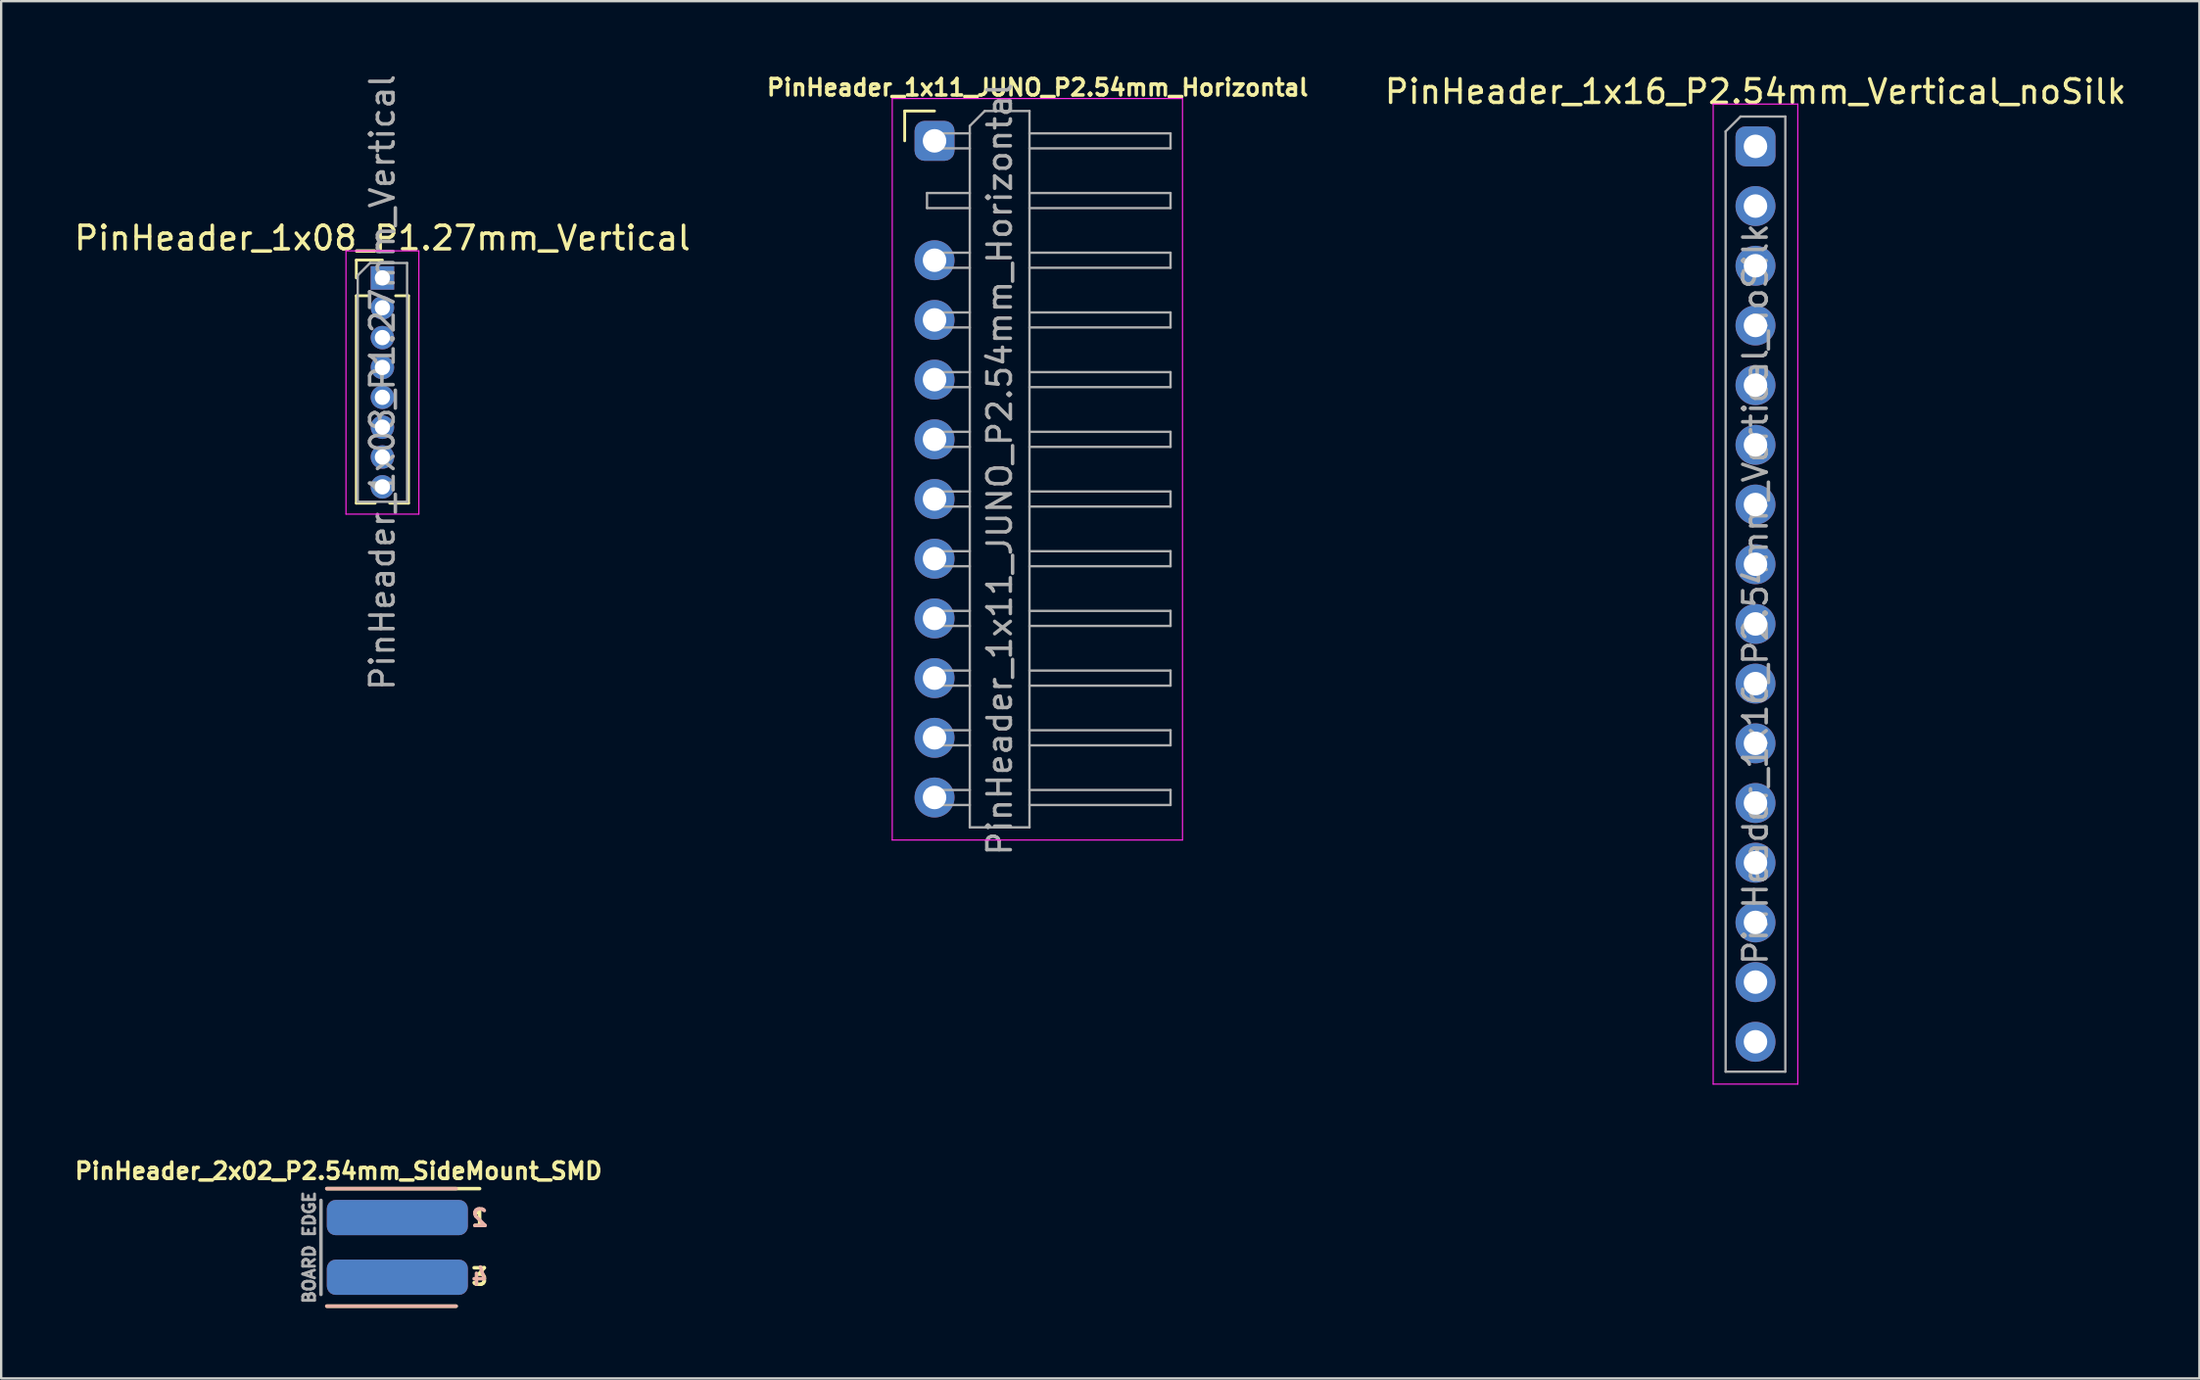
<source format=kicad_pcb>
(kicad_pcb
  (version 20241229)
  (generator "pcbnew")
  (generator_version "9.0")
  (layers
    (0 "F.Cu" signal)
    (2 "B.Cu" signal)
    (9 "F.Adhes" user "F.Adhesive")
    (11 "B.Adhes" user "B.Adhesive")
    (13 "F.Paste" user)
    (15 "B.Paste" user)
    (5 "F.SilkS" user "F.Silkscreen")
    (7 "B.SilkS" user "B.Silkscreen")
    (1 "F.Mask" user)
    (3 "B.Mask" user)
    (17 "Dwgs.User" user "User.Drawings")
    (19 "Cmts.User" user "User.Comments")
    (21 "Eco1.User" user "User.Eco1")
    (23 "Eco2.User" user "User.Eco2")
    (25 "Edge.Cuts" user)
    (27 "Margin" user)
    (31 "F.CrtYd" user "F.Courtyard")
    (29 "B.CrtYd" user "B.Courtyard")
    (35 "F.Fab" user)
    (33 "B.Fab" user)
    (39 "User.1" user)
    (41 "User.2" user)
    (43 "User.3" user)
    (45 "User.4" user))
  (footprint "PinHeader_1x11_JUNO_P2.54mm_Horizontal"
    (layer "F.Cu")
    (at 36.71 2.943)
    (property "Reference" "PinHeader_1x11_JUNO_P2.54mm_Horizontal" (at 4.385 -2.27 0) (layer "F.SilkS") (effects (font (size 0.7 0.7) (thickness 0.15))))
    (attr through_hole)
    (fp_line (start -1.27 -1.27) (end 0 -1.27) (stroke (width 0.12) (type solid)) (layer "F.SilkS"))
    (fp_line (start -1.27 0) (end -1.27 -1.27) (stroke (width 0.12) (type solid)) (layer "F.SilkS"))
    (fp_line (start -1.8 -1.8) (end -1.8 29.75) (stroke (width 0.05) (type solid)) (layer "F.CrtYd"))
    (fp_line (start -1.8 29.75) (end 10.55 29.75) (stroke (width 0.05) (type solid)) (layer "F.CrtYd"))
    (fp_line (start 10.55 -1.8) (end -1.8 -1.8) (stroke (width 0.05) (type solid)) (layer "F.CrtYd"))
    (fp_line (start 10.55 29.75) (end 10.55 -1.8) (stroke (width 0.05) (type solid)) (layer "F.CrtYd"))
    (fp_line (start -0.32 -0.32) (end -0.32 0.32) (stroke (width 0.1) (type solid)) (layer "F.Fab"))
    (fp_line (start -0.32 -0.32) (end 1.5 -0.32) (stroke (width 0.1) (type solid)) (layer "F.Fab"))
    (fp_line (start -0.32 0.32) (end 1.5 0.32) (stroke (width 0.1) (type solid)) (layer "F.Fab"))
    (fp_line (start -0.32 2.22) (end -0.32 2.86) (stroke (width 0.1) (type solid)) (layer "F.Fab"))
    (fp_line (start -0.32 2.22) (end 1.5 2.22) (stroke (width 0.1) (type solid)) (layer "F.Fab"))
    (fp_line (start -0.32 2.86) (end 1.5 2.86) (stroke (width 0.1) (type solid)) (layer "F.Fab"))
    (fp_line (start -0.32 4.76) (end -0.32 5.4) (stroke (width 0.1) (type solid)) (layer "F.Fab"))
    (fp_line (start -0.32 4.76) (end 1.5 4.76) (stroke (width 0.1) (type solid)) (layer "F.Fab"))
    (fp_line (start -0.32 5.4) (end 1.5 5.4) (stroke (width 0.1) (type solid)) (layer "F.Fab"))
    (fp_line (start -0.32 7.3) (end -0.32 7.94) (stroke (width 0.1) (type solid)) (layer "F.Fab"))
    (fp_line (start -0.32 7.3) (end 1.5 7.3) (stroke (width 0.1) (type solid)) (layer "F.Fab"))
    (fp_line (start -0.32 7.94) (end 1.5 7.94) (stroke (width 0.1) (type solid)) (layer "F.Fab"))
    (fp_line (start -0.32 9.84) (end -0.32 10.48) (stroke (width 0.1) (type solid)) (layer "F.Fab"))
    (fp_line (start -0.32 9.84) (end 1.5 9.84) (stroke (width 0.1) (type solid)) (layer "F.Fab"))
    (fp_line (start -0.32 10.48) (end 1.5 10.48) (stroke (width 0.1) (type solid)) (layer "F.Fab"))
    (fp_line (start -0.32 12.38) (end -0.32 13.02) (stroke (width 0.1) (type solid)) (layer "F.Fab"))
    (fp_line (start -0.32 12.38) (end 1.5 12.38) (stroke (width 0.1) (type solid)) (layer "F.Fab"))
    (fp_line (start -0.32 13.02) (end 1.5 13.02) (stroke (width 0.1) (type solid)) (layer "F.Fab"))
    (fp_line (start -0.32 14.92) (end -0.32 15.56) (stroke (width 0.1) (type solid)) (layer "F.Fab"))
    (fp_line (start -0.32 14.92) (end 1.5 14.92) (stroke (width 0.1) (type solid)) (layer "F.Fab"))
    (fp_line (start -0.32 15.56) (end 1.5 15.56) (stroke (width 0.1) (type solid)) (layer "F.Fab"))
    (fp_line (start -0.32 17.46) (end -0.32 18.1) (stroke (width 0.1) (type solid)) (layer "F.Fab"))
    (fp_line (start -0.32 17.46) (end 1.5 17.46) (stroke (width 0.1) (type solid)) (layer "F.Fab"))
    (fp_line (start -0.32 18.1) (end 1.5 18.1) (stroke (width 0.1) (type solid)) (layer "F.Fab"))
    (fp_line (start -0.32 20) (end -0.32 20.64) (stroke (width 0.1) (type solid)) (layer "F.Fab"))
    (fp_line (start -0.32 20) (end 1.5 20) (stroke (width 0.1) (type solid)) (layer "F.Fab"))
    (fp_line (start -0.32 20.64) (end 1.5 20.64) (stroke (width 0.1) (type solid)) (layer "F.Fab"))
    (fp_line (start -0.32 22.54) (end -0.32 23.18) (stroke (width 0.1) (type solid)) (layer "F.Fab"))
    (fp_line (start -0.32 22.54) (end 1.5 22.54) (stroke (width 0.1) (type solid)) (layer "F.Fab"))
    (fp_line (start -0.32 23.18) (end 1.5 23.18) (stroke (width 0.1) (type solid)) (layer "F.Fab"))
    (fp_line (start -0.32 25.08) (end -0.32 25.72) (stroke (width 0.1) (type solid)) (layer "F.Fab"))
    (fp_line (start -0.32 25.08) (end 1.5 25.08) (stroke (width 0.1) (type solid)) (layer "F.Fab"))
    (fp_line (start -0.32 25.72) (end 1.5 25.72) (stroke (width 0.1) (type solid)) (layer "F.Fab"))
    (fp_line (start -0.32 27.62) (end -0.32 28.26) (stroke (width 0.1) (type solid)) (layer "F.Fab"))
    (fp_line (start -0.32 27.62) (end 1.5 27.62) (stroke (width 0.1) (type solid)) (layer "F.Fab"))
    (fp_line (start -0.32 28.26) (end 1.5 28.26) (stroke (width 0.1) (type solid)) (layer "F.Fab"))
    (fp_line (start 1.5 -0.635) (end 2.135 -1.27) (stroke (width 0.1) (type solid)) (layer "F.Fab"))
    (fp_line (start 1.5 29.21) (end 1.5 -0.635) (stroke (width 0.1) (type solid)) (layer "F.Fab"))
    (fp_line (start 2.135 -1.27) (end 4.04 -1.27) (stroke (width 0.1) (type solid)) (layer "F.Fab"))
    (fp_line (start 4.04 -1.27) (end 4.04 29.21) (stroke (width 0.1) (type solid)) (layer "F.Fab"))
    (fp_line (start 4.04 -0.32) (end 10.04 -0.32) (stroke (width 0.1) (type solid)) (layer "F.Fab"))
    (fp_line (start 4.04 0.32) (end 10.04 0.32) (stroke (width 0.1) (type solid)) (layer "F.Fab"))
    (fp_line (start 4.04 2.22) (end 10.04 2.22) (stroke (width 0.1) (type solid)) (layer "F.Fab"))
    (fp_line (start 4.04 2.86) (end 10.04 2.86) (stroke (width 0.1) (type solid)) (layer "F.Fab"))
    (fp_line (start 4.04 4.76) (end 10.04 4.76) (stroke (width 0.1) (type solid)) (layer "F.Fab"))
    (fp_line (start 4.04 5.4) (end 10.04 5.4) (stroke (width 0.1) (type solid)) (layer "F.Fab"))
    (fp_line (start 4.04 7.3) (end 10.04 7.3) (stroke (width 0.1) (type solid)) (layer "F.Fab"))
    (fp_line (start 4.04 7.94) (end 10.04 7.94) (stroke (width 0.1) (type solid)) (layer "F.Fab"))
    (fp_line (start 4.04 9.84) (end 10.04 9.84) (stroke (width 0.1) (type solid)) (layer "F.Fab"))
    (fp_line (start 4.04 10.48) (end 10.04 10.48) (stroke (width 0.1) (type solid)) (layer "F.Fab"))
    (fp_line (start 4.04 12.38) (end 10.04 12.38) (stroke (width 0.1) (type solid)) (layer "F.Fab"))
    (fp_line (start 4.04 13.02) (end 10.04 13.02) (stroke (width 0.1) (type solid)) (layer "F.Fab"))
    (fp_line (start 4.04 14.92) (end 10.04 14.92) (stroke (width 0.1) (type solid)) (layer "F.Fab"))
    (fp_line (start 4.04 15.56) (end 10.04 15.56) (stroke (width 0.1) (type solid)) (layer "F.Fab"))
    (fp_line (start 4.04 17.46) (end 10.04 17.46) (stroke (width 0.1) (type solid)) (layer "F.Fab"))
    (fp_line (start 4.04 18.1) (end 10.04 18.1) (stroke (width 0.1) (type solid)) (layer "F.Fab"))
    (fp_line (start 4.04 20) (end 10.04 20) (stroke (width 0.1) (type solid)) (layer "F.Fab"))
    (fp_line (start 4.04 20.64) (end 10.04 20.64) (stroke (width 0.1) (type solid)) (layer "F.Fab"))
    (fp_line (start 4.04 22.54) (end 10.04 22.54) (stroke (width 0.1) (type solid)) (layer "F.Fab"))
    (fp_line (start 4.04 23.18) (end 10.04 23.18) (stroke (width 0.1) (type solid)) (layer "F.Fab"))
    (fp_line (start 4.04 25.08) (end 10.04 25.08) (stroke (width 0.1) (type solid)) (layer "F.Fab"))
    (fp_line (start 4.04 25.72) (end 10.04 25.72) (stroke (width 0.1) (type solid)) (layer "F.Fab"))
    (fp_line (start 4.04 27.62) (end 10.04 27.62) (stroke (width 0.1) (type solid)) (layer "F.Fab"))
    (fp_line (start 4.04 28.26) (end 10.04 28.26) (stroke (width 0.1) (type solid)) (layer "F.Fab"))
    (fp_line (start 4.04 29.21) (end 1.5 29.21) (stroke (width 0.1) (type solid)) (layer "F.Fab"))
    (fp_line (start 10.04 -0.32) (end 10.04 0.32) (stroke (width 0.1) (type solid)) (layer "F.Fab"))
    (fp_line (start 10.04 2.22) (end 10.04 2.86) (stroke (width 0.1) (type solid)) (layer "F.Fab"))
    (fp_line (start 10.04 4.76) (end 10.04 5.4) (stroke (width 0.1) (type solid)) (layer "F.Fab"))
    (fp_line (start 10.04 7.3) (end 10.04 7.94) (stroke (width 0.1) (type solid)) (layer "F.Fab"))
    (fp_line (start 10.04 9.84) (end 10.04 10.48) (stroke (width 0.1) (type solid)) (layer "F.Fab"))
    (fp_line (start 10.04 12.38) (end 10.04 13.02) (stroke (width 0.1) (type solid)) (layer "F.Fab"))
    (fp_line (start 10.04 14.92) (end 10.04 15.56) (stroke (width 0.1) (type solid)) (layer "F.Fab"))
    (fp_line (start 10.04 17.46) (end 10.04 18.1) (stroke (width 0.1) (type solid)) (layer "F.Fab"))
    (fp_line (start 10.04 20) (end 10.04 20.64) (stroke (width 0.1) (type solid)) (layer "F.Fab"))
    (fp_line (start 10.04 22.54) (end 10.04 23.18) (stroke (width 0.1) (type solid)) (layer "F.Fab"))
    (fp_line (start 10.04 25.08) (end 10.04 25.72) (stroke (width 0.1) (type solid)) (layer "F.Fab"))
    (fp_line (start 10.04 27.62) (end 10.04 28.26) (stroke (width 0.1) (type solid)) (layer "F.Fab"))
    (fp_text user "${REFERENCE}" (at 2.77 13.97 90) (layer "F.Fab") (effects (font (size 1 1) (thickness 0.15))))
    (pad "1" thru_hole roundrect (at 0 0) (size 1.7 1.7) (drill 1) (layers "*.Cu" "*.Mask") (roundrect_rratio 0.25))
    (pad "2" thru_hole oval (at 0 5.08) (size 1.7 1.7) (drill 1) (layers "*.Cu" "*.Mask"))
    (pad "3" thru_hole oval (at 0 7.62) (size 1.7 1.7) (drill 1) (layers "*.Cu" "*.Mask"))
    (pad "4" thru_hole oval (at 0 10.16) (size 1.7 1.7) (drill 1) (layers "*.Cu" "*.Mask"))
    (pad "5" thru_hole oval (at 0 12.7) (size 1.7 1.7) (drill 1) (layers "*.Cu" "*.Mask"))
    (pad "6" thru_hole oval (at 0 15.24) (size 1.7 1.7) (drill 1) (layers "*.Cu" "*.Mask"))
    (pad "7" thru_hole oval (at 0 17.78) (size 1.7 1.7) (drill 1) (layers "*.Cu" "*.Mask"))
    (pad "8" thru_hole oval (at 0 20.32) (size 1.7 1.7) (drill 1) (layers "*.Cu" "*.Mask"))
    (pad "9" thru_hole oval (at 0 22.86) (size 1.7 1.7) (drill 1) (layers "*.Cu" "*.Mask"))
    (pad "10" thru_hole oval (at 0 25.4) (size 1.7 1.7) (drill 1) (layers "*.Cu" "*.Mask"))
    (pad "11" thru_hole oval (at 0 27.94) (size 1.7 1.7) (drill 1) (layers "*.Cu" "*.Mask")))
  (footprint "PinHeader_1x08_P1.27mm_Vertical"
    (layer "F.Cu")
    (at 13.22 8.775)
    (property "Reference" "PinHeader_1x08_P1.27mm_Vertical" (at 0 -1.695 0) (layer "F.SilkS") (effects (font (size 1 1) (thickness 0.15))))
    (attr through_hole)
    (fp_line (start -1.11 -0.76) (end 0 -0.76) (stroke (width 0.12) (type solid)) (layer "F.SilkS"))
    (fp_line (start -1.11 0) (end -1.11 -0.76) (stroke (width 0.12) (type solid)) (layer "F.SilkS"))
    (fp_line (start -1.11 0.76) (end -1.11 9.585) (stroke (width 0.12) (type solid)) (layer "F.SilkS"))
    (fp_line (start -1.11 0.76) (end -0.563 0.76) (stroke (width 0.12) (type solid)) (layer "F.SilkS"))
    (fp_line (start -1.11 9.585) (end -0.308 9.585) (stroke (width 0.12) (type solid)) (layer "F.SilkS"))
    (fp_line (start 0.308 9.585) (end 1.11 9.585) (stroke (width 0.12) (type solid)) (layer "F.SilkS"))
    (fp_line (start 0.563 0.76) (end 1.11 0.76) (stroke (width 0.12) (type solid)) (layer "F.SilkS"))
    (fp_line (start 1.11 0.76) (end 1.11 9.585) (stroke (width 0.12) (type solid)) (layer "F.SilkS"))
    (fp_line (start -1.55 -1.15) (end -1.55 10.05) (stroke (width 0.05) (type solid)) (layer "F.CrtYd"))
    (fp_line (start -1.55 10.05) (end 1.55 10.05) (stroke (width 0.05) (type solid)) (layer "F.CrtYd"))
    (fp_line (start 1.55 -1.15) (end -1.55 -1.15) (stroke (width 0.05) (type solid)) (layer "F.CrtYd"))
    (fp_line (start 1.55 10.05) (end 1.55 -1.15) (stroke (width 0.05) (type solid)) (layer "F.CrtYd"))
    (fp_line (start -1.05 -0.11) (end -0.525 -0.635) (stroke (width 0.1) (type solid)) (layer "F.Fab"))
    (fp_line (start -1.05 9.525) (end -1.05 -0.11) (stroke (width 0.1) (type solid)) (layer "F.Fab"))
    (fp_line (start -0.525 -0.635) (end 1.05 -0.635) (stroke (width 0.1) (type solid)) (layer "F.Fab"))
    (fp_line (start 1.05 -0.635) (end 1.05 9.525) (stroke (width 0.1) (type solid)) (layer "F.Fab"))
    (fp_line (start 1.05 9.525) (end -1.05 9.525) (stroke (width 0.1) (type solid)) (layer "F.Fab"))
    (fp_text user "${REFERENCE}" (at 0 4.445 90) (layer "F.Fab") (effects (font (size 1 1) (thickness 0.15))))
    (pad "1" thru_hole rect (at 0 0) (size 1 1) (drill 0.65) (layers "*.Cu" "*.Mask"))
    (pad "2" thru_hole oval (at 0 1.27) (size 1 1) (drill 0.65) (layers "*.Cu" "*.Mask"))
    (pad "3" thru_hole oval (at 0 2.54) (size 1 1) (drill 0.65) (layers "*.Cu" "*.Mask"))
    (pad "4" thru_hole oval (at 0 3.81) (size 1 1) (drill 0.65) (layers "*.Cu" "*.Mask"))
    (pad "5" thru_hole oval (at 0 5.08) (size 1 1) (drill 0.65) (layers "*.Cu" "*.Mask"))
    (pad "6" thru_hole oval (at 0 6.35) (size 1 1) (drill 0.65) (layers "*.Cu" "*.Mask"))
    (pad "7" thru_hole oval (at 0 7.62) (size 1 1) (drill 0.65) (layers "*.Cu" "*.Mask"))
    (pad "8" thru_hole oval (at 0 8.89) (size 1 1) (drill 0.65) (layers "*.Cu" "*.Mask")))
  (footprint "PinHeader_1x16_P2.54mm_Vertical_noSilk"
    (layer "F.Cu")
    (at 71.637 3.178)
    (property "Reference" "PinHeader_1x16_P2.54mm_Vertical_noSilk" (at 0 -2.33 0) (layer "F.SilkS") (effects (font (size 1 1) (thickness 0.15))))
    (attr through_hole)
    (fp_line (start -1.8 -1.8) (end -1.8 39.9) (stroke (width 0.05) (type solid)) (layer "F.CrtYd"))
    (fp_line (start -1.8 39.9) (end 1.8 39.9) (stroke (width 0.05) (type solid)) (layer "F.CrtYd"))
    (fp_line (start 1.8 -1.8) (end -1.8 -1.8) (stroke (width 0.05) (type solid)) (layer "F.CrtYd"))
    (fp_line (start 1.8 39.9) (end 1.8 -1.8) (stroke (width 0.05) (type solid)) (layer "F.CrtYd"))
    (fp_line (start -1.27 -0.635) (end -0.635 -1.27) (stroke (width 0.1) (type solid)) (layer "F.Fab"))
    (fp_line (start -1.27 39.37) (end -1.27 -0.635) (stroke (width 0.1) (type solid)) (layer "F.Fab"))
    (fp_line (start -0.635 -1.27) (end 1.27 -1.27) (stroke (width 0.1) (type solid)) (layer "F.Fab"))
    (fp_line (start 1.27 -1.27) (end 1.27 39.37) (stroke (width 0.1) (type solid)) (layer "F.Fab"))
    (fp_line (start 1.27 39.37) (end -1.27 39.37) (stroke (width 0.1) (type solid)) (layer "F.Fab"))
    (fp_text user "${REFERENCE}" (at 0 19.05 90) (layer "F.Fab") (effects (font (size 1 1) (thickness 0.15))))
    (pad "1" thru_hole roundrect (at 0 0) (size 1.7 1.7) (drill 1) (layers "*.Cu" "*.Mask") (roundrect_rratio 0.25))
    (pad "2" thru_hole oval (at 0 2.54) (size 1.7 1.7) (drill 1) (layers "*.Cu" "*.Mask"))
    (pad "3" thru_hole oval (at 0 5.08) (size 1.7 1.7) (drill 1) (layers "*.Cu" "*.Mask"))
    (pad "4" thru_hole oval (at 0 7.62) (size 1.7 1.7) (drill 1) (layers "*.Cu" "*.Mask"))
    (pad "5" thru_hole oval (at 0 10.16) (size 1.7 1.7) (drill 1) (layers "*.Cu" "*.Mask"))
    (pad "6" thru_hole oval (at 0 12.7) (size 1.7 1.7) (drill 1) (layers "*.Cu" "*.Mask"))
    (pad "7" thru_hole oval (at 0 15.24) (size 1.7 1.7) (drill 1) (layers "*.Cu" "*.Mask"))
    (pad "8" thru_hole oval (at 0 17.78) (size 1.7 1.7) (drill 1) (layers "*.Cu" "*.Mask"))
    (pad "9" thru_hole oval (at 0 20.32) (size 1.7 1.7) (drill 1) (layers "*.Cu" "*.Mask"))
    (pad "10" thru_hole oval (at 0 22.86) (size 1.7 1.7) (drill 1) (layers "*.Cu" "*.Mask"))
    (pad "11" thru_hole oval (at 0 25.4) (size 1.7 1.7) (drill 1) (layers "*.Cu" "*.Mask"))
    (pad "12" thru_hole oval (at 0 27.94) (size 1.7 1.7) (drill 1) (layers "*.Cu" "*.Mask"))
    (pad "13" thru_hole oval (at 0 30.48) (size 1.7 1.7) (drill 1) (layers "*.Cu" "*.Mask"))
    (pad "14" thru_hole oval (at 0 33.02) (size 1.7 1.7) (drill 1) (layers "*.Cu" "*.Mask"))
    (pad "15" thru_hole oval (at 0 35.56) (size 1.7 1.7) (drill 1) (layers "*.Cu" "*.Mask"))
    (pad "16" thru_hole oval (at 0 38.1) (size 1.7 1.7) (drill 1) (layers "*.Cu" "*.Mask")))
  (footprint "PinHeader_2x02_P2.54mm_SideMount_SMD"
    (layer "F.Cu")
    (at 10.605 50.026)
    (property "Reference" "PinHeader_2x02_P2.54mm_SideMount_SMD" (at 0.75 -3.25 0) (layer "F.SilkS") (effects (font (size 0.7 0.7) (thickness 0.15))))
    (attr exclude_from_pos_files exclude_from_bom)
    (fp_line (start 0.25 -2.5) (end 6.75 -2.5) (stroke (width 0.15) (type solid)) (layer "F.SilkS"))
    (fp_line (start 0.25 2.5) (end 5.75 2.5) (stroke (width 0.15) (type solid)) (layer "F.SilkS"))
    (fp_line (start 0.25 -2.5) (end 5.75 -2.5) (stroke (width 0.15) (type solid)) (layer "B.SilkS"))
    (fp_line (start 0.25 2.5) (end 5.75 2.5) (stroke (width 0.15) (type solid)) (layer "B.SilkS"))
    (fp_line (start 0 -2) (end 0 2) (stroke (width 0.15) (type solid)) (layer "F.Fab"))
    (fp_text user "3" (at 6.75 1.25 0) (layer "F.SilkS") (effects (font (size 0.7 0.7) (thickness 0.15))))
    (fp_text user "1" (at 6.75 -1.25 0) (layer "F.SilkS") (effects (font (size 0.7 0.7) (thickness 0.15))))
    (fp_text user "4" (at 6.75 1.25 0) (layer "B.SilkS") (effects (font (size 0.7 0.7) (thickness 0.15)) (justify mirror)))
    (fp_text user "2" (at 6.75 -1.25 0) (layer "B.SilkS") (effects (font (size 0.7 0.7) (thickness 0.15)) (justify mirror)))
    (fp_text user "BOARD EDGE" (at -0.5 0 90) (layer "F.Fab") (effects (font (size 0.5 0.5) (thickness 0.125))))
    (pad "1" smd roundrect (at 3.25 -1.27) (size 6 1.5) (layers "F.Cu" "F.Mask") (roundrect_rratio 0.25))
    (pad "2" smd roundrect (at 3.25 -1.27) (size 6 1.5) (layers "B.Cu" "B.Mask") (roundrect_rratio 0.25))
    (pad "3" smd roundrect (at 3.25 1.27) (size 6 1.5) (layers "F.Cu" "F.Mask") (roundrect_rratio 0.25))
    (pad "4" smd roundrect (at 3.25 1.27) (size 6 1.5) (layers "B.Cu" "B.Mask") (roundrect_rratio 0.25)))
  (gr_rect
    (start -3 -3)
    (end 90.524 55.601)
    (stroke (width 0.1) (type default))
    (fill no)
    (layer "Edge.Cuts")))
</source>
